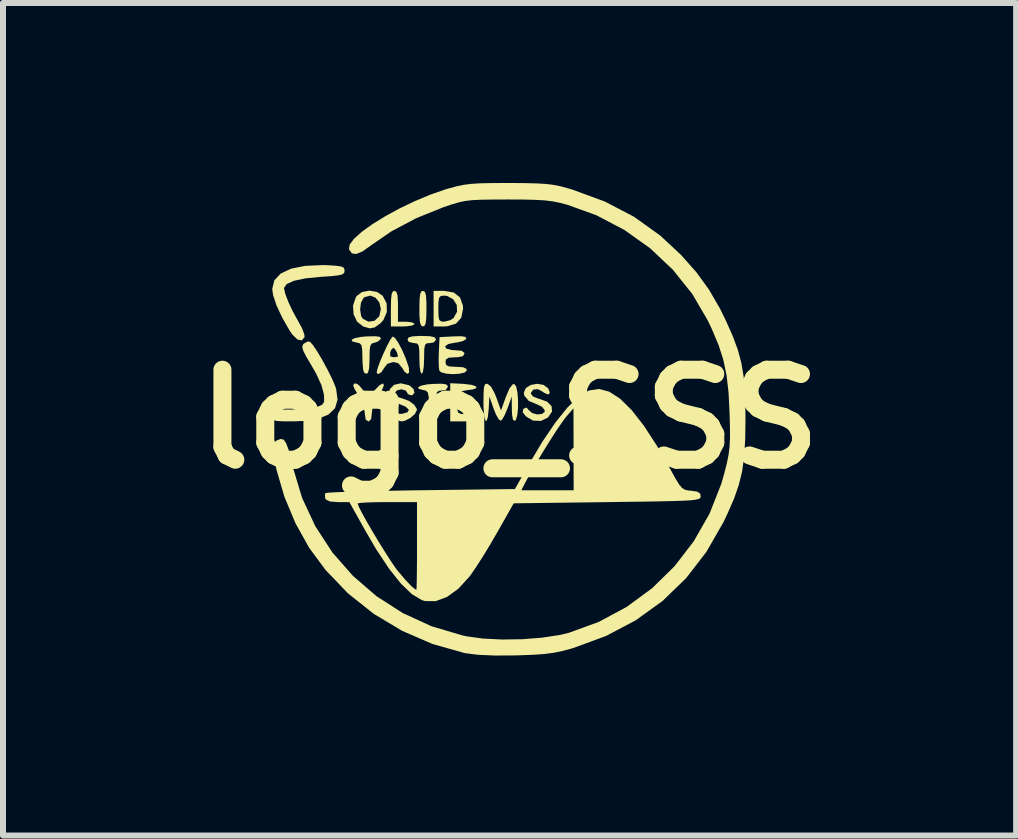
<source format=kicad_pcb>
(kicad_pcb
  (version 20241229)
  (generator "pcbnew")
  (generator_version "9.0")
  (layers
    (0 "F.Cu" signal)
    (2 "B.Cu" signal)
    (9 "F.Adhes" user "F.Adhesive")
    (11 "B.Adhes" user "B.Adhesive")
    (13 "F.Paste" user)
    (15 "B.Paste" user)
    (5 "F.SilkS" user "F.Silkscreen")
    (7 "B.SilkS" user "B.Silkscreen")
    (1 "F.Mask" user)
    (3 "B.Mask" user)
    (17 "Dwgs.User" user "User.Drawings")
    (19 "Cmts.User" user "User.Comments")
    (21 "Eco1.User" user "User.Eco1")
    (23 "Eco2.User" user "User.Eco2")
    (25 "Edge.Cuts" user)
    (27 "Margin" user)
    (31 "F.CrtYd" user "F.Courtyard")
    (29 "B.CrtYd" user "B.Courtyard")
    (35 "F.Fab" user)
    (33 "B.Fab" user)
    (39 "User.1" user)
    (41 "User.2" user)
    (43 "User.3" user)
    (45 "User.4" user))
  (footprint "logo_SSS"
    (layer "F.Cu")
    (at 5.443 3.934)
    (property "Reference" "logo_SSS" (at 0 0 0) (layer "F.SilkS") (effects (font (size 1.5 1.5) (thickness 0.3))))
    (attr board_only exclude_from_pos_files exclude_from_bom)
    (fp_poly (pts (xy -1.413 -2.121) (xy -1.394 -2.065) (xy -1.386 -1.954) (xy -1.385 -1.84) (xy -1.388 -1.683) (xy -1.399 -1.591) (xy -1.421 -1.55) (xy -1.444 -1.543) (xy -1.475 -1.559) (xy -1.494 -1.615) (xy -1.502 -1.726) (xy -1.503 -1.84) (xy -1.5 -1.996) (xy -1.489 -2.088) (xy -1.467 -2.13) (xy -1.444 -2.136)) (stroke (width 0) (type solid)) (fill yes) (layer "F.SilkS"))
    (fp_poly (pts (xy -1.886 -2.119) (xy -1.867 -2.058) (xy -1.86 -1.938) (xy -1.86 -1.879) (xy -1.86 -1.622) (xy -1.721 -1.622) (xy -1.63 -1.612) (xy -1.584 -1.588) (xy -1.583 -1.583) (xy -1.618 -1.56) (xy -1.709 -1.546) (xy -1.78 -1.543) (xy -1.978 -1.543) (xy -1.978 -1.84) (xy -1.975 -1.996) (xy -1.964 -2.088) (xy -1.942 -2.13) (xy -1.919 -2.136)) (stroke (width 0) (type solid)) (fill yes) (layer "F.SilkS"))
    (fp_poly (pts (xy -2.094 -0.566) (xy -2.124 -0.487) (xy -2.196 -0.379) (xy -2.279 -0.215) (xy -2.295 -0.105) (xy -2.306 -0.000235) (xy -2.345 0.039) (xy -2.354 0.04) (xy -2.398 0.01) (xy -2.413 -0.085) (xy -2.413 -0.101) (xy -2.443 -0.249) (xy -2.512 -0.387) (xy -2.584 -0.501) (xy -2.607 -0.565) (xy -2.586 -0.591) (xy -2.56 -0.593) (xy -2.508 -0.562) (xy -2.446 -0.486) (xy -2.436 -0.469) (xy -2.362 -0.344) (xy -2.259 -0.469) (xy -2.167 -0.564) (xy -2.111 -0.594)) (stroke (width 0) (type solid)) (fill yes) (layer "F.SilkS"))
    (fp_poly (pts (xy -2.164 -1.37) (xy -2.144 -1.346) (xy -2.145 -1.337) (xy -2.194 -1.291) (xy -2.248 -1.273) (xy -2.295 -1.259) (xy -2.321 -1.221) (xy -2.332 -1.14) (xy -2.334 -1.006) (xy -2.34 -0.851) (xy -2.36 -0.769) (xy -2.395 -0.754) (xy -2.427 -0.778) (xy -2.441 -0.829) (xy -2.45 -0.934) (xy -2.453 -1.033) (xy -2.456 -1.162) (xy -2.47 -1.233) (xy -2.502 -1.264) (xy -2.542 -1.273) (xy -2.622 -1.294) (xy -2.632 -1.321) (xy -2.58 -1.348) (xy -2.477 -1.369) (xy -2.38 -1.377) (xy -2.239 -1.38)) (stroke (width 0) (type solid)) (fill yes) (layer "F.SilkS"))
    (fp_poly (pts (xy -1.061 -0.579) (xy -1.031 -0.554) (xy -1.029 -0.536) (xy -1.063 -0.486) (xy -1.128 -0.475) (xy -1.181 -0.47) (xy -1.21 -0.445) (xy -1.223 -0.381) (xy -1.226 -0.26) (xy -1.226 -0.218) (xy -1.232 -0.062) (xy -1.251 0.021) (xy -1.286 0.037) (xy -1.319 0.013) (xy -1.333 -0.038) (xy -1.343 -0.143) (xy -1.345 -0.241) (xy -1.348 -0.371) (xy -1.362 -0.441) (xy -1.395 -0.473) (xy -1.434 -0.482) (xy -1.514 -0.503) (xy -1.523 -0.53) (xy -1.472 -0.557) (xy -1.369 -0.578) (xy -1.276 -0.585) (xy -1.137 -0.589)) (stroke (width 0) (type solid)) (fill yes) (layer "F.SilkS"))
    (fp_poly (pts (xy -1.326 -1.38) (xy -1.252 -1.364) (xy -1.227 -1.333) (xy -1.226 -1.325) (xy -1.261 -1.278) (xy -1.325 -1.266) (xy -1.379 -1.262) (xy -1.408 -1.236) (xy -1.421 -1.172) (xy -1.424 -1.051) (xy -1.424 -1.009) (xy -1.43 -0.874) (xy -1.445 -0.782) (xy -1.464 -0.752) (xy -1.485 -0.788) (xy -1.499 -0.884) (xy -1.503 -1.009) (xy -1.505 -1.147) (xy -1.515 -1.224) (xy -1.54 -1.258) (xy -1.586 -1.266) (xy -1.602 -1.266) (xy -1.682 -1.287) (xy -1.701 -1.325) (xy -1.683 -1.36) (xy -1.618 -1.378) (xy -1.492 -1.385) (xy -1.464 -1.385)) (stroke (width 0) (type solid)) (fill yes) (layer "F.SilkS"))
    (fp_poly (pts (xy -0.931 -2.109) (xy -0.826 -2.027) (xy -0.778 -1.891) (xy -0.775 -1.84) (xy -0.805 -1.688) (xy -0.893 -1.59) (xy -1.039 -1.546) (xy -1.094 -1.543) (xy -1.266 -1.543) (xy -1.266 -1.84) (xy -1.187 -1.84) (xy -1.184 -1.715) (xy -1.171 -1.65) (xy -1.137 -1.626) (xy -1.091 -1.622) (xy -0.989 -1.647) (xy -0.933 -1.684) (xy -0.875 -1.788) (xy -0.88 -1.9) (xy -0.938 -1.995) (xy -1.039 -2.051) (xy -1.091 -2.057) (xy -1.146 -2.051) (xy -1.175 -2.02) (xy -1.185 -1.945) (xy -1.187 -1.84) (xy -1.266 -1.84) (xy -1.266 -2.136) (xy -1.094 -2.136)) (stroke (width 0) (type solid)) (fill yes) (layer "F.SilkS"))
    (fp_poly (pts (xy -0.771 -0.586) (xy -0.635 -0.57) (xy -0.56 -0.545) (xy -0.552 -0.517) (xy -0.614 -0.493) (xy -0.702 -0.482) (xy -0.821 -0.46) (xy -0.872 -0.422) (xy -0.854 -0.382) (xy -0.764 -0.353) (xy -0.725 -0.349) (xy -0.611 -0.326) (xy -0.563 -0.291) (xy -0.583 -0.257) (xy -0.674 -0.238) (xy -0.709 -0.237) (xy -0.814 -0.231) (xy -0.861 -0.205) (xy -0.87 -0.158) (xy -0.859 -0.109) (xy -0.81 -0.085) (xy -0.705 -0.079) (xy -0.692 -0.079) (xy -0.575 -0.071) (xy -0.522 -0.045) (xy -0.514 -0.02) (xy -0.533 0.015) (xy -0.597 0.033) (xy -0.723 0.039) (xy -0.752 0.04) (xy -0.989 0.04) (xy -0.989 -0.279) (xy -0.989 -0.597)) (stroke (width 0) (type solid)) (fill yes) (layer "F.SilkS"))
    (fp_poly (pts (xy -2.206 -2.116) (xy -2.115 -2.055) (xy -2.049 -1.929) (xy -2.045 -1.785) (xy -2.102 -1.651) (xy -2.151 -1.597) (xy -2.247 -1.527) (xy -2.329 -1.511) (xy -2.435 -1.541) (xy -2.44 -1.543) (xy -2.542 -1.623) (xy -2.6 -1.746) (xy -2.605 -1.826) (xy -2.491 -1.826) (xy -2.474 -1.718) (xy -2.445 -1.67) (xy -2.351 -1.623) (xy -2.25 -1.638) (xy -2.174 -1.709) (xy -2.17 -1.718) (xy -2.145 -1.837) (xy -2.171 -1.944) (xy -2.234 -2.022) (xy -2.319 -2.057) (xy -2.413 -2.033) (xy -2.434 -2.017) (xy -2.477 -1.939) (xy -2.491 -1.826) (xy -2.605 -1.826) (xy -2.609 -1.89) (xy -2.563 -2.027) (xy -2.55 -2.049) (xy -2.459 -2.117) (xy -2.334 -2.14)) (stroke (width 0) (type solid)) (fill yes) (layer "F.SilkS"))
    (fp_poly (pts (xy -1.909 -1.35) (xy -1.853 -1.269) (xy -1.791 -1.151) (xy -1.732 -1.015) (xy -1.686 -0.88) (xy -1.678 -0.852) (xy -1.674 -0.773) (xy -1.705 -0.753) (xy -1.755 -0.794) (xy -1.788 -0.851) (xy -1.856 -0.931) (xy -1.939 -0.95) (xy -2.038 -0.92) (xy -2.09 -0.851) (xy -2.135 -0.783) (xy -2.183 -0.75) (xy -2.212 -0.763) (xy -2.214 -0.781) (xy -2.197 -0.853) (xy -2.156 -0.964) (xy -2.101 -1.094) (xy -2.094 -1.108) (xy -1.99 -1.108) (xy -1.988 -1.045) (xy -1.935 -1.029) (xy -1.873 -1.036) (xy -1.86 -1.045) (xy -1.877 -1.11) (xy -1.913 -1.17) (xy -1.938 -1.187) (xy -1.972 -1.154) (xy -1.99 -1.108) (xy -2.094 -1.108) (xy -2.042 -1.22) (xy -1.989 -1.32) (xy -1.952 -1.372) (xy -1.948 -1.375)) (stroke (width 0) (type solid)) (fill yes) (layer "F.SilkS"))
    (fp_poly (pts (xy -3.041 -2.564) (xy -2.891 -2.555) (xy -2.803 -2.542) (xy -2.762 -2.52) (xy -2.75 -2.482) (xy -2.75 -2.473) (xy -2.756 -2.437) (xy -2.785 -2.412) (xy -2.85 -2.395) (xy -2.965 -2.382) (xy -3.144 -2.37) (xy -3.154 -2.369) (xy -3.406 -2.344) (xy -3.594 -2.304) (xy -3.713 -2.251) (xy -3.758 -2.187) (xy -3.759 -2.18) (xy -3.74 -2.091) (xy -3.69 -1.959) (xy -3.619 -1.805) (xy -3.537 -1.655) (xy -3.522 -1.629) (xy -3.458 -1.511) (xy -3.421 -1.413) (xy -3.417 -1.364) (xy -3.465 -1.31) (xy -3.536 -1.326) (xy -3.62 -1.408) (xy -3.665 -1.472) (xy -3.788 -1.687) (xy -3.883 -1.89) (xy -3.941 -2.064) (xy -3.956 -2.168) (xy -3.92 -2.312) (xy -3.814 -2.425) (xy -3.642 -2.506) (xy -3.406 -2.553) (xy -3.11 -2.566)) (stroke (width 0) (type solid)) (fill yes) (layer "F.SilkS"))
    (fp_poly (pts (xy -0.734 -1.368) (xy -0.72 -1.341) (xy -0.721 -1.337) (xy -0.768 -1.303) (xy -0.864 -1.278) (xy -0.903 -1.274) (xy -1.023 -1.25) (xy -1.074 -1.212) (xy -1.055 -1.174) (xy -0.966 -1.15) (xy -0.91 -1.147) (xy -0.8 -1.138) (xy -0.755 -1.105) (xy -0.752 -1.088) (xy -0.778 -1.047) (xy -0.864 -1.03) (xy -0.91 -1.029) (xy -1.014 -1.022) (xy -1.059 -0.995) (xy -1.068 -0.95) (xy -1.057 -0.9) (xy -1.008 -0.877) (xy -0.903 -0.87) (xy -0.89 -0.87) (xy -0.773 -0.863) (xy -0.719 -0.836) (xy -0.712 -0.811) (xy -0.747 -0.776) (xy -0.833 -0.755) (xy -0.945 -0.748) (xy -1.056 -0.756) (xy -1.141 -0.779) (xy -1.17 -0.805) (xy -1.179 -0.871) (xy -1.182 -0.989) (xy -1.179 -1.112) (xy -1.167 -1.365) (xy -0.936 -1.377) (xy -0.802 -1.38)) (stroke (width 0) (type solid)) (fill yes) (layer "F.SilkS"))
    (fp_poly (pts (xy -0.366 -0.586) (xy -0.309 -0.539) (xy -0.248 -0.428) (xy -0.22 -0.358) (xy -0.143 -0.143) (xy -0.061 -0.369) (xy -0.001 -0.511) (xy 0.052 -0.578) (xy 0.079 -0.584) (xy 0.11 -0.542) (xy 0.131 -0.445) (xy 0.141 -0.317) (xy 0.141 -0.182) (xy 0.129 -0.064) (xy 0.106 0.013) (xy 0.089 0.03) (xy 0.058 0.014) (xy 0.042 -0.066) (xy 0.038 -0.165) (xy 0.036 -0.376) (xy -0.033 -0.181) (xy -0.08 -0.068) (xy -0.125 0.01) (xy -0.146 0.029) (xy -0.182 0.003) (xy -0.228 -0.079) (xy -0.263 -0.166) (xy -0.336 -0.376) (xy -0.348 -0.168) (xy -0.362 -0.032) (xy -0.382 0.031) (xy -0.403 0.026) (xy -0.421 -0.043) (xy -0.433 -0.171) (xy -0.435 -0.28) (xy -0.433 -0.439) (xy -0.426 -0.533) (xy -0.409 -0.578) (xy -0.379 -0.588)) (stroke (width 0) (type solid)) (fill yes) (layer "F.SilkS"))
    (fp_poly (pts (xy 0.567 -0.569) (xy 0.644 -0.511) (xy 0.647 -0.506) (xy 0.672 -0.435) (xy 0.642 -0.408) (xy 0.576 -0.437) (xy 0.556 -0.453) (xy 0.472 -0.498) (xy 0.397 -0.491) (xy 0.357 -0.438) (xy 0.356 -0.422) (xy 0.391 -0.376) (xy 0.475 -0.342) (xy 0.481 -0.341) (xy 0.623 -0.291) (xy 0.7 -0.215) (xy 0.708 -0.125) (xy 0.642 -0.028) (xy 0.64 -0.026) (xy 0.523 0.032) (xy 0.391 0.026) (xy 0.274 -0.043) (xy 0.273 -0.044) (xy 0.219 -0.113) (xy 0.228 -0.164) (xy 0.236 -0.172) (xy 0.283 -0.192) (xy 0.321 -0.148) (xy 0.378 -0.099) (xy 0.46 -0.077) (xy 0.538 -0.084) (xy 0.584 -0.118) (xy 0.586 -0.146) (xy 0.542 -0.203) (xy 0.462 -0.242) (xy 0.319 -0.303) (xy 0.246 -0.39) (xy 0.237 -0.439) (xy 0.271 -0.517) (xy 0.354 -0.568) (xy 0.461 -0.587)) (stroke (width 0) (type solid)) (fill yes) (layer "F.SilkS"))
    (fp_poly (pts (xy -3.327 -1.288) (xy -3.278 -1.234) (xy -3.206 -1.127) (xy -3.123 -0.987) (xy -3.039 -0.832) (xy -2.963 -0.682) (xy -2.909 -0.556) (xy -2.891 -0.503) (xy -2.867 -0.323) (xy -2.909 -0.18) (xy -3.018 -0.074) (xy -3.195 -0.003) (xy -3.442 0.033) (xy -3.61 0.039) (xy -3.776 0.038) (xy -3.878 0.033) (xy -3.932 0.019) (xy -3.953 -0.009) (xy -3.956 -0.055) (xy -3.956 -0.059) (xy -3.953 -0.109) (xy -3.932 -0.138) (xy -3.876 -0.153) (xy -3.771 -0.158) (xy -3.646 -0.158) (xy -3.477 -0.164) (xy -3.323 -0.179) (xy -3.213 -0.201) (xy -3.206 -0.203) (xy -3.126 -0.237) (xy -3.092 -0.282) (xy -3.091 -0.365) (xy -3.096 -0.417) (xy -3.135 -0.563) (xy -3.221 -0.752) (xy -3.301 -0.892) (xy -3.389 -1.04) (xy -3.438 -1.137) (xy -3.455 -1.198) (xy -3.444 -1.239) (xy -3.429 -1.257) (xy -3.363 -1.293)) (stroke (width 0) (type solid)) (fill yes) (layer "F.SilkS"))
    (fp_poly (pts (xy -1.686 -0.566) (xy -1.659 -0.553) (xy -1.599 -0.497) (xy -1.585 -0.437) (xy -1.62 -0.399) (xy -1.642 -0.396) (xy -1.695 -0.415) (xy -1.701 -0.431) (xy -1.733 -0.477) (xy -1.804 -0.495) (xy -1.876 -0.477) (xy -1.884 -0.471) (xy -1.921 -0.415) (xy -1.883 -0.372) (xy -1.786 -0.343) (xy -1.676 -0.302) (xy -1.587 -0.235) (xy -1.544 -0.165) (xy -1.543 -0.155) (xy -1.576 -0.086) (xy -1.655 -0.016) (xy -1.75 0.031) (xy -1.8 0.04) (xy -1.902 0.012) (xy -1.978 -0.04) (xy -2.036 -0.11) (xy -2.057 -0.158) (xy -2.032 -0.195) (xy -1.977 -0.19) (xy -1.929 -0.148) (xy -1.923 -0.136) (xy -1.866 -0.089) (xy -1.794 -0.086) (xy -1.7 -0.113) (xy -1.679 -0.155) (xy -1.731 -0.205) (xy -1.828 -0.246) (xy -1.948 -0.3) (xy -2.004 -0.363) (xy -2.011 -0.391) (xy -1.995 -0.499) (xy -1.924 -0.57) (xy -1.815 -0.595)) (stroke (width 0) (type solid)) (fill yes) (layer "F.SilkS"))
    (fp_poly (pts (xy 1.661 -0.456) (xy 1.842 -0.339) (xy 2.035 -0.149) (xy 2.241 0.115) (xy 2.461 0.454) (xy 2.671 0.82) (xy 2.76 0.982) (xy 2.824 1.088) (xy 2.875 1.149) (xy 2.926 1.18) (xy 2.988 1.192) (xy 3.027 1.195) (xy 3.131 1.211) (xy 3.177 1.244) (xy 3.185 1.286) (xy 3.183 1.306) (xy 3.172 1.322) (xy 3.144 1.335) (xy 3.093 1.346) (xy 3.011 1.355) (xy 2.892 1.362) (xy 2.726 1.367) (xy 2.508 1.372) (xy 2.23 1.377) (xy 1.885 1.381) (xy 1.627 1.385) (xy 0.069 1.405) (xy -0.213 1.903) (xy -0.331 2.105) (xy -0.453 2.305) (xy -0.566 2.48) (xy -0.657 2.611) (xy -0.669 2.627) (xy -0.854 2.829) (xy -1.044 2.966) (xy -1.232 3.036) (xy -1.41 3.034) (xy -1.464 3.017) (xy -1.628 2.919) (xy -1.81 2.744) (xy -2.009 2.494) (xy -2.225 2.168) (xy -2.413 1.845) (xy -2.657 1.408) (xy -2.532 1.408) (xy -2.512 1.462) (xy -2.458 1.569) (xy -2.378 1.713) (xy -2.281 1.88) (xy -2.175 2.056) (xy -2.07 2.226) (xy -1.973 2.376) (xy -1.894 2.491) (xy -1.863 2.531) (xy -1.736 2.681) (xy -1.634 2.788) (xy -1.566 2.842) (xy -1.553 2.847) (xy -1.55 2.81) (xy -1.547 2.706) (xy -1.545 2.548) (xy -1.543 2.347) (xy -1.543 2.117) (xy -1.543 1.385) (xy -2.038 1.385) (xy -2.225 1.386) (xy -2.38 1.391) (xy -2.487 1.398) (xy -2.532 1.407) (xy -2.532 1.408) (xy -2.657 1.408) (xy -2.67 1.385) (xy -2.859 1.385) (xy -2.993 1.375) (xy -3.061 1.342) (xy -3.072 1.324) (xy -3.078 1.256) (xy -3.068 1.235) (xy -3.023 1.228) (xy -2.908 1.221) (xy -2.732 1.214) (xy -2.502 1.207) (xy -2.227 1.2) (xy -1.916 1.194) (xy -1.578 1.188) (xy -1.476 1.187) (xy 0.196 1.187) (xy 0.632 1.187) (xy 1.068 1.187) (xy 1.067 0.504) (xy 1.065 -0.178) (xy 0.945 -0.04) (xy 0.879 0.048) (xy 0.784 0.187) (xy 0.672 0.362) (xy 0.552 0.555) (xy 0.436 0.749) (xy 0.333 0.928) (xy 0.262 1.059) (xy 0.196 1.187) (xy -1.476 1.187) (xy 0.089 1.167) (xy 0.313 0.771) (xy 0.549 0.375) (xy 0.767 0.054) (xy 0.966 -0.193) (xy 1.148 -0.367) (xy 1.313 -0.47) (xy 1.331 -0.477) (xy 1.491 -0.501)) (stroke (width 0) (type solid)) (fill yes) (layer "F.SilkS"))
    (fp_poly (pts (xy 0 -3.934) (xy 0.259 -3.932) (xy 0.456 -3.927) (xy 0.609 -3.918) (xy 0.737 -3.902) (xy 0.855 -3.878) (xy 0.983 -3.843) (xy 1.048 -3.823) (xy 1.588 -3.625) (xy 2.073 -3.372) (xy 2.51 -3.059) (xy 2.857 -2.736) (xy 3.114 -2.446) (xy 3.323 -2.158) (xy 3.506 -1.843) (xy 3.605 -1.641) (xy 3.719 -1.385) (xy 3.804 -1.156) (xy 3.863 -0.936) (xy 3.902 -0.703) (xy 3.923 -0.439) (xy 3.931 -0.122) (xy 3.932 0) (xy 3.927 0.343) (xy 3.91 0.627) (xy 3.876 0.873) (xy 3.82 1.101) (xy 3.74 1.331) (xy 3.629 1.584) (xy 3.564 1.721) (xy 3.28 2.215) (xy 2.942 2.653) (xy 2.549 3.033) (xy 2.104 3.354) (xy 1.608 3.616) (xy 1.063 3.816) (xy 1.048 3.821) (xy 0.886 3.865) (xy 0.736 3.896) (xy 0.575 3.917) (xy 0.381 3.93) (xy 0.133 3.939) (xy 0.099 3.94) (xy -0.248 3.942) (xy -0.522 3.93) (xy -0.729 3.904) (xy -0.752 3.9) (xy -1.286 3.749) (xy -1.793 3.529) (xy -2.264 3.247) (xy -2.692 2.907) (xy -3.068 2.515) (xy -3.341 2.145) (xy -3.568 1.738) (xy -3.753 1.295) (xy -3.885 0.844) (xy -3.934 0.586) (xy -3.946 0.47) (xy -3.934 0.405) (xy -3.893 0.365) (xy -3.875 0.355) (xy -3.815 0.332) (xy -3.767 0.343) (xy -3.726 0.398) (xy -3.685 0.506) (xy -3.641 0.677) (xy -3.613 0.799) (xy -3.459 1.312) (xy -3.237 1.788) (xy -2.953 2.224) (xy -2.611 2.614) (xy -2.219 2.952) (xy -1.78 3.234) (xy -1.3 3.454) (xy -0.784 3.607) (xy -0.715 3.622) (xy -0.443 3.659) (xy -0.124 3.675) (xy 0.213 3.67) (xy 0.543 3.644) (xy 0.838 3.599) (xy 0.989 3.563) (xy 1.49 3.38) (xy 1.954 3.13) (xy 2.377 2.819) (xy 2.751 2.452) (xy 3.071 2.036) (xy 3.333 1.577) (xy 3.529 1.08) (xy 3.583 0.89) (xy 3.624 0.727) (xy 3.651 0.59) (xy 3.667 0.458) (xy 3.674 0.309) (xy 3.673 0.122) (xy 3.667 -0.099) (xy 3.65 -0.44) (xy 3.617 -0.727) (xy 3.564 -0.983) (xy 3.484 -1.232) (xy 3.372 -1.498) (xy 3.304 -1.642) (xy 3.045 -2.085) (xy 2.722 -2.488) (xy 2.343 -2.846) (xy 1.916 -3.15) (xy 1.45 -3.395) (xy 0.969 -3.569) (xy 0.841 -3.603) (xy 0.719 -3.628) (xy 0.588 -3.644) (xy 0.43 -3.653) (xy 0.227 -3.658) (xy -0.038 -3.659) (xy -0.04 -3.659) (xy -0.291 -3.658) (xy -0.481 -3.655) (xy -0.625 -3.648) (xy -0.742 -3.634) (xy -0.848 -3.611) (xy -0.961 -3.578) (xy -1.097 -3.532) (xy -1.108 -3.528) (xy -1.559 -3.346) (xy -1.971 -3.127) (xy -2.297 -2.903) (xy -2.447 -2.796) (xy -2.555 -2.75) (xy -2.628 -2.761) (xy -2.676 -2.828) (xy -2.676 -2.83) (xy -2.666 -2.907) (xy -2.591 -3.006) (xy -2.461 -3.122) (xy -2.286 -3.248) (xy -2.075 -3.378) (xy -1.839 -3.507) (xy -1.587 -3.628) (xy -1.328 -3.737) (xy -1.073 -3.826) (xy -1.009 -3.845) (xy -0.882 -3.879) (xy -0.763 -3.904) (xy -0.636 -3.92) (xy -0.482 -3.929) (xy -0.286 -3.933) (xy -0.03 -3.934)) (stroke (width 0) (type solid)) (fill yes) (layer "F.SilkS")))
  (gr_rect
    (start -3 -3)
    (end 13.886 10.876)
    (stroke (width 0.1) (type default))
    (fill no)
    (layer "Edge.Cuts")))
</source>
